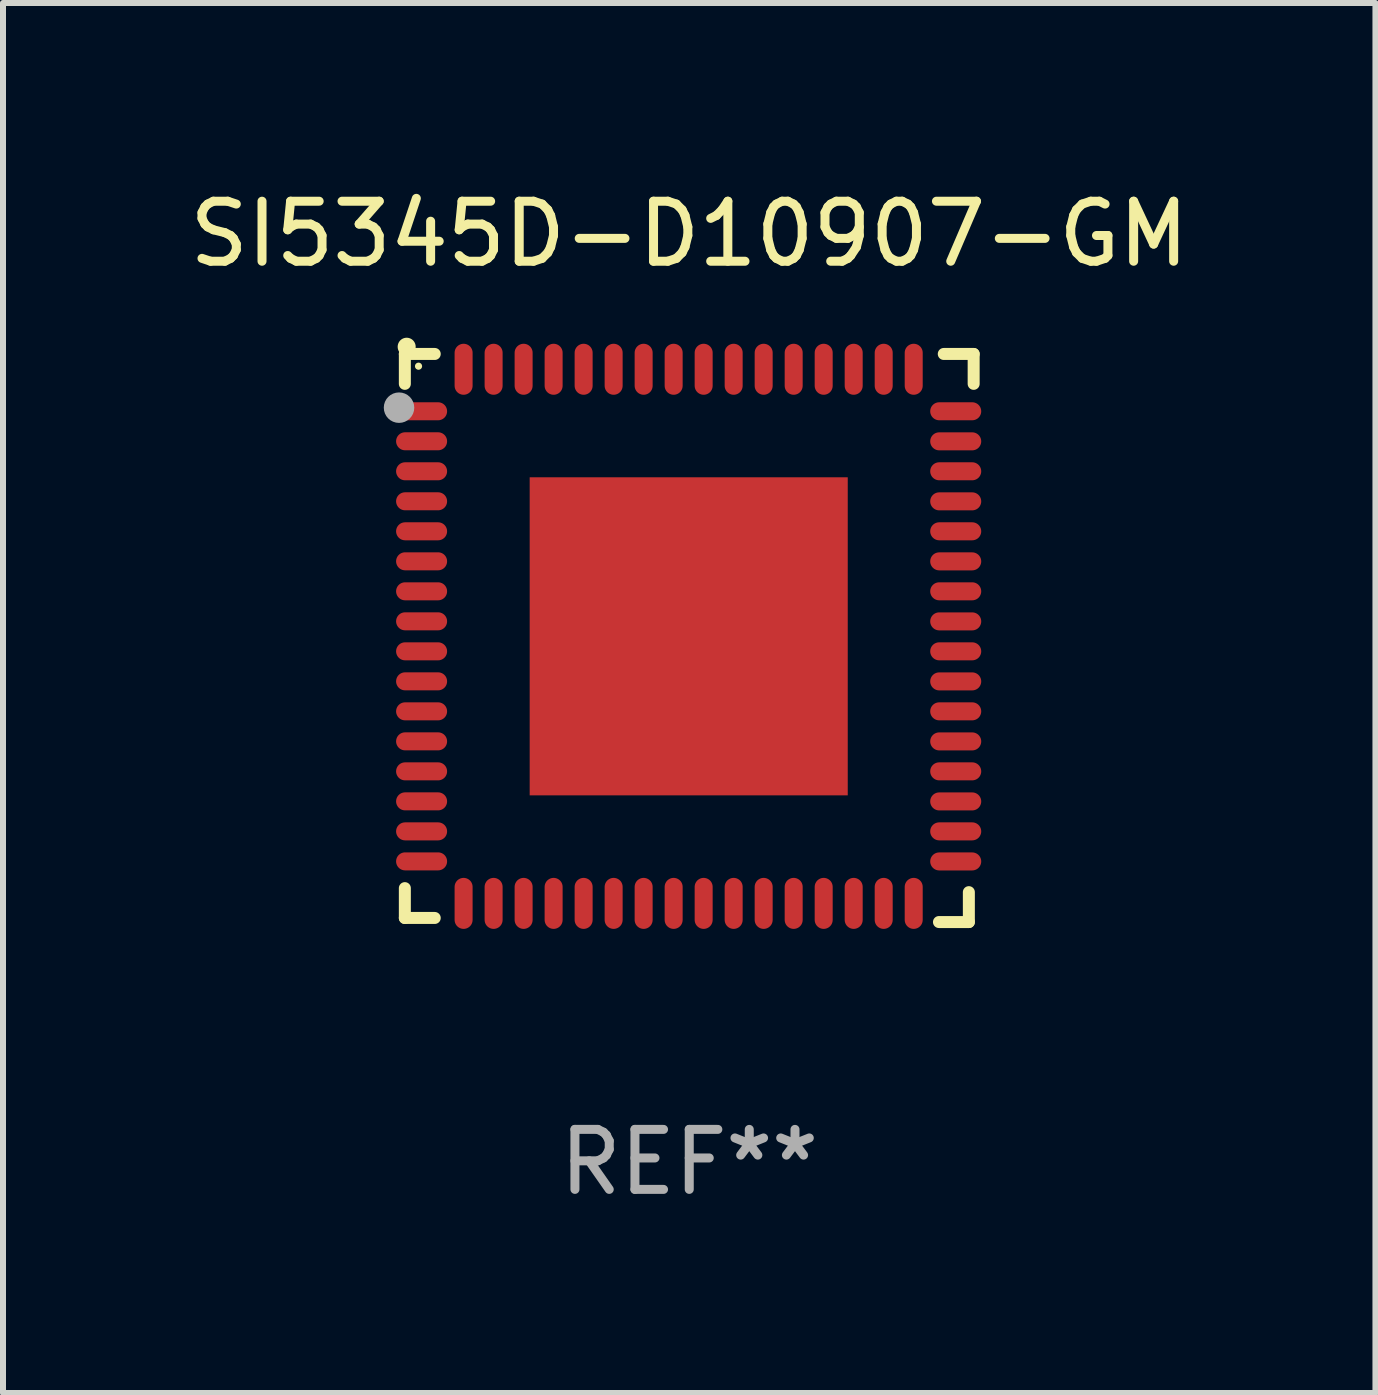
<source format=kicad_pcb>
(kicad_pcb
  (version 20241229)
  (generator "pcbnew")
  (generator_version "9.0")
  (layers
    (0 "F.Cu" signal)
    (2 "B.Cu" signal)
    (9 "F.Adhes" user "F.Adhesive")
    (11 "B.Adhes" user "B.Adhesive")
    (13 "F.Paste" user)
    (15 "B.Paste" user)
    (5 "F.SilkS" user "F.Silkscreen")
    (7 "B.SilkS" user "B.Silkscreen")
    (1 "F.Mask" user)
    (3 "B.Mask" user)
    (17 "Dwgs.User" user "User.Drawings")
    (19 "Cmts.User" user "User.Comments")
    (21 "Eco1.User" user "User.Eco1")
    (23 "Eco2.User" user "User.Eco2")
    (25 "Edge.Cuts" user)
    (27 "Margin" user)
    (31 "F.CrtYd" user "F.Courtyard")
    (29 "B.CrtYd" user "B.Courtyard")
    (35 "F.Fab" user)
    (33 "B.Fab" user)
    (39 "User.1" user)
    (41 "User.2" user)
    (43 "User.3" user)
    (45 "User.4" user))
  (footprint "SI5345D-D10907-GM"
    (layer "F.Cu")
    (at 8.435 7.581)
    (property "Reference" "SI5345D-D10907-GM" (at 0 -6.733 0) (layer "F.SilkS") (effects (font (size 1 1) (thickness 0.15))))
    (attr through_hole)
    (fp_line (start -4.739 -4.733) (end -4.241 -4.733) (stroke (width 0.2) (type solid)) (layer "F.SilkS"))
    (fp_line (start -4.739 -4.235) (end -4.739 -4.733) (stroke (width 0.2) (type solid)) (layer "F.SilkS"))
    (fp_line (start -4.739 4.168) (end -4.739 4.665) (stroke (width 0.2) (type solid)) (layer "F.SilkS"))
    (fp_line (start -4.739 4.665) (end -4.241 4.665) (stroke (width 0.2) (type solid)) (layer "F.SilkS"))
    (fp_line (start 4.161 4.733) (end 4.659 4.733) (stroke (width 0.2) (type solid)) (layer "F.SilkS"))
    (fp_line (start 4.241 -4.733) (end 4.739 -4.733) (stroke (width 0.2) (type solid)) (layer "F.SilkS"))
    (fp_line (start 4.659 4.733) (end 4.659 4.235) (stroke (width 0.2) (type solid)) (layer "F.SilkS"))
    (fp_line (start 4.739 -4.733) (end 4.739 -4.235) (stroke (width 0.2) (type solid)) (layer "F.SilkS"))
    (fp_arc (start -4.708623 -4.85108) (mid -4.708628 -4.85235) (end -4.708623 -4.85362) (stroke (width 0.3) (type solid)) (layer "F.SilkS"))
    (fp_circle (center -4.511 -4.529) (end -4.481 -4.529) (stroke (width 0.06) (type solid)) (fill no) (layer "F.SilkS"))
    (fp_circle (center -4.836 -3.838) (end -4.709 -3.838) (stroke (width 0.254) (type solid)) (fill no) (layer "F.Fab"))
    (fp_text user "REF**" (at 0 8.733 0) (layer "F.Fab") (effects (font (size 1 1) (thickness 0.15))))
    (pad "1" smd oval (at -4.46 -3.778) (size 0.85 0.3) (layers "F.Cu" "F.Mask" "F.Paste"))
    (pad "2" smd oval (at -4.46 -3.278) (size 0.85 0.3) (layers "F.Cu" "F.Mask" "F.Paste"))
    (pad "3" smd oval (at -4.46 -2.778) (size 0.85 0.3) (layers "F.Cu" "F.Mask" "F.Paste"))
    (pad "4" smd oval (at -4.46 -2.278) (size 0.85 0.3) (layers "F.Cu" "F.Mask" "F.Paste"))
    (pad "5" smd oval (at -4.46 -1.778) (size 0.85 0.3) (layers "F.Cu" "F.Mask" "F.Paste"))
    (pad "6" smd oval (at -4.46 -1.278) (size 0.85 0.3) (layers "F.Cu" "F.Mask" "F.Paste"))
    (pad "7" smd oval (at -4.46 -0.778) (size 0.85 0.3) (layers "F.Cu" "F.Mask" "F.Paste"))
    (pad "8" smd oval (at -4.46 -0.278) (size 0.85 0.3) (layers "F.Cu" "F.Mask" "F.Paste"))
    (pad "9" smd oval (at -4.46 0.222) (size 0.85 0.3) (layers "F.Cu" "F.Mask" "F.Paste"))
    (pad "10" smd oval (at -4.46 0.722) (size 0.85 0.3) (layers "F.Cu" "F.Mask" "F.Paste"))
    (pad "11" smd oval (at -4.46 1.222) (size 0.85 0.3) (layers "F.Cu" "F.Mask" "F.Paste"))
    (pad "12" smd oval (at -4.46 1.722) (size 0.85 0.3) (layers "F.Cu" "F.Mask" "F.Paste"))
    (pad "13" smd oval (at -4.46 2.222) (size 0.85 0.3) (layers "F.Cu" "F.Mask" "F.Paste"))
    (pad "14" smd oval (at -4.46 2.722) (size 0.85 0.3) (layers "F.Cu" "F.Mask" "F.Paste"))
    (pad "15" smd oval (at -4.46 3.222) (size 0.85 0.3) (layers "F.Cu" "F.Mask" "F.Paste"))
    (pad "16" smd oval (at -4.46 3.722) (size 0.85 0.3) (layers "F.Cu" "F.Mask" "F.Paste"))
    (pad "17" smd oval (at -3.76 4.422) (size 0.3 0.85) (layers "F.Cu" "F.Mask" "F.Paste"))
    (pad "18" smd oval (at -3.26 4.422) (size 0.3 0.85) (layers "F.Cu" "F.Mask" "F.Paste"))
    (pad "19" smd oval (at -2.76 4.422) (size 0.3 0.85) (layers "F.Cu" "F.Mask" "F.Paste"))
    (pad "20" smd oval (at -2.26 4.422) (size 0.3 0.85) (layers "F.Cu" "F.Mask" "F.Paste"))
    (pad "21" smd oval (at -1.76 4.422) (size 0.3 0.85) (layers "F.Cu" "F.Mask" "F.Paste"))
    (pad "22" smd oval (at -1.26 4.422) (size 0.3 0.85) (layers "F.Cu" "F.Mask" "F.Paste"))
    (pad "23" smd oval (at -0.76 4.422) (size 0.3 0.85) (layers "F.Cu" "F.Mask" "F.Paste"))
    (pad "24" smd oval (at -0.26 4.422) (size 0.3 0.85) (layers "F.Cu" "F.Mask" "F.Paste"))
    (pad "25" smd oval (at 0.24 4.422) (size 0.3 0.85) (layers "F.Cu" "F.Mask" "F.Paste"))
    (pad "26" smd oval (at 0.74 4.422) (size 0.3 0.85) (layers "F.Cu" "F.Mask" "F.Paste"))
    (pad "27" smd oval (at 1.24 4.422) (size 0.3 0.85) (layers "F.Cu" "F.Mask" "F.Paste"))
    (pad "28" smd oval (at 1.74 4.422) (size 0.3 0.85) (layers "F.Cu" "F.Mask" "F.Paste"))
    (pad "29" smd oval (at 2.24 4.422) (size 0.3 0.85) (layers "F.Cu" "F.Mask" "F.Paste"))
    (pad "30" smd oval (at 2.74 4.422) (size 0.3 0.85) (layers "F.Cu" "F.Mask" "F.Paste"))
    (pad "31" smd oval (at 3.24 4.422) (size 0.3 0.85) (layers "F.Cu" "F.Mask" "F.Paste"))
    (pad "32" smd oval (at 3.74 4.422) (size 0.3 0.85) (layers "F.Cu" "F.Mask" "F.Paste"))
    (pad "33" smd oval (at 4.44 3.723) (size 0.85 0.3) (layers "F.Cu" "F.Mask" "F.Paste"))
    (pad "34" smd oval (at 4.44 3.222) (size 0.85 0.3) (layers "F.Cu" "F.Mask" "F.Paste"))
    (pad "35" smd oval (at 4.44 2.723) (size 0.85 0.3) (layers "F.Cu" "F.Mask" "F.Paste"))
    (pad "36" smd oval (at 4.44 2.222) (size 0.85 0.3) (layers "F.Cu" "F.Mask" "F.Paste"))
    (pad "37" smd oval (at 4.44 1.723) (size 0.85 0.3) (layers "F.Cu" "F.Mask" "F.Paste"))
    (pad "38" smd oval (at 4.44 1.222) (size 0.85 0.3) (layers "F.Cu" "F.Mask" "F.Paste"))
    (pad "39" smd oval (at 4.44 0.723) (size 0.85 0.3) (layers "F.Cu" "F.Mask" "F.Paste"))
    (pad "40" smd oval (at 4.44 0.222) (size 0.85 0.3) (layers "F.Cu" "F.Mask" "F.Paste"))
    (pad "41" smd oval (at 4.44 -0.277) (size 0.85 0.3) (layers "F.Cu" "F.Mask" "F.Paste"))
    (pad "42" smd oval (at 4.44 -0.778) (size 0.85 0.3) (layers "F.Cu" "F.Mask" "F.Paste"))
    (pad "43" smd oval (at 4.44 -1.277) (size 0.85 0.3) (layers "F.Cu" "F.Mask" "F.Paste"))
    (pad "44" smd oval (at 4.44 -1.778) (size 0.85 0.3) (layers "F.Cu" "F.Mask" "F.Paste"))
    (pad "45" smd oval (at 4.44 -2.277) (size 0.85 0.3) (layers "F.Cu" "F.Mask" "F.Paste"))
    (pad "46" smd oval (at 4.44 -2.778) (size 0.85 0.3) (layers "F.Cu" "F.Mask" "F.Paste"))
    (pad "47" smd oval (at 4.44 -3.277) (size 0.85 0.3) (layers "F.Cu" "F.Mask" "F.Paste"))
    (pad "48" smd oval (at 4.44 -3.778) (size 0.85 0.3) (layers "F.Cu" "F.Mask" "F.Paste"))
    (pad "49" smd oval (at 3.74 -4.478) (size 0.3 0.85) (layers "F.Cu" "F.Mask" "F.Paste"))
    (pad "50" smd oval (at 3.24 -4.478) (size 0.3 0.85) (layers "F.Cu" "F.Mask" "F.Paste"))
    (pad "51" smd oval (at 2.74 -4.478) (size 0.3 0.85) (layers "F.Cu" "F.Mask" "F.Paste"))
    (pad "52" smd oval (at 2.24 -4.478) (size 0.3 0.85) (layers "F.Cu" "F.Mask" "F.Paste"))
    (pad "53" smd oval (at 1.74 -4.478) (size 0.3 0.85) (layers "F.Cu" "F.Mask" "F.Paste"))
    (pad "54" smd oval (at 1.24 -4.478) (size 0.3 0.85) (layers "F.Cu" "F.Mask" "F.Paste"))
    (pad "55" smd oval (at 0.74 -4.478) (size 0.3 0.85) (layers "F.Cu" "F.Mask" "F.Paste"))
    (pad "56" smd oval (at 0.24 -4.478) (size 0.3 0.85) (layers "F.Cu" "F.Mask" "F.Paste"))
    (pad "57" smd oval (at -0.26 -4.478) (size 0.3 0.85) (layers "F.Cu" "F.Mask" "F.Paste"))
    (pad "58" smd oval (at -0.76 -4.478) (size 0.3 0.85) (layers "F.Cu" "F.Mask" "F.Paste"))
    (pad "59" smd oval (at -1.26 -4.478) (size 0.3 0.85) (layers "F.Cu" "F.Mask" "F.Paste"))
    (pad "60" smd oval (at -1.76 -4.478) (size 0.3 0.85) (layers "F.Cu" "F.Mask" "F.Paste"))
    (pad "61" smd oval (at -2.26 -4.478) (size 0.3 0.85) (layers "F.Cu" "F.Mask" "F.Paste"))
    (pad "62" smd oval (at -2.76 -4.478) (size 0.3 0.85) (layers "F.Cu" "F.Mask" "F.Paste"))
    (pad "63" smd oval (at -3.26 -4.478) (size 0.3 0.85) (layers "F.Cu" "F.Mask" "F.Paste"))
    (pad "64" smd oval (at -3.76 -4.478) (size 0.3 0.85) (layers "F.Cu" "F.Mask" "F.Paste"))
    (pad "65" smd rect (at -0.009 -0.028 90) (size 5.3 5.3) (layers "F.Cu" "F.Mask" "F.Paste")))
  (gr_rect
    (start -3 -3)
    (end 19.869 20.162)
    (stroke (width 0.1) (type default))
    (fill no)
    (layer "Edge.Cuts")))
</source>
